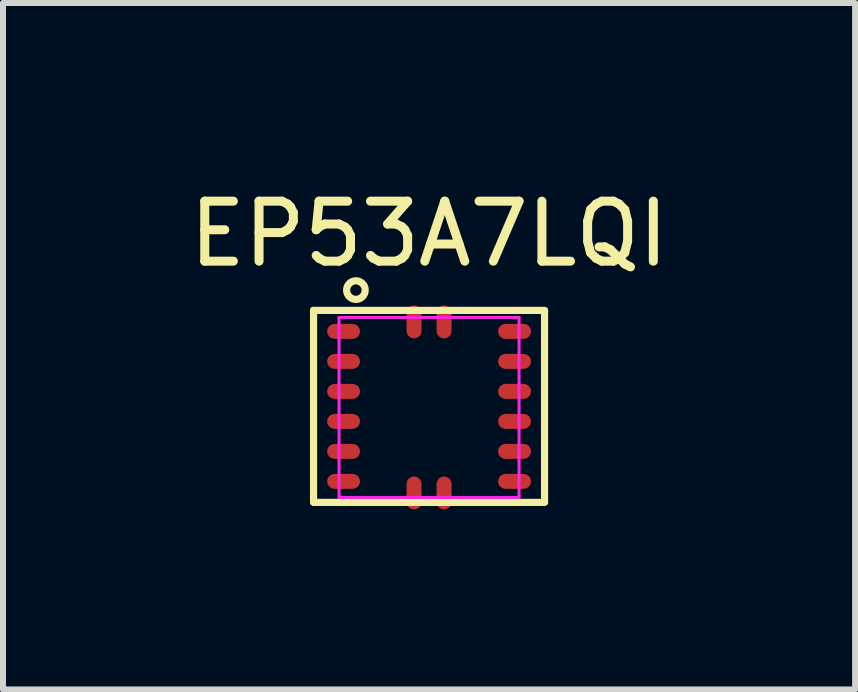
<source format=kicad_pcb>
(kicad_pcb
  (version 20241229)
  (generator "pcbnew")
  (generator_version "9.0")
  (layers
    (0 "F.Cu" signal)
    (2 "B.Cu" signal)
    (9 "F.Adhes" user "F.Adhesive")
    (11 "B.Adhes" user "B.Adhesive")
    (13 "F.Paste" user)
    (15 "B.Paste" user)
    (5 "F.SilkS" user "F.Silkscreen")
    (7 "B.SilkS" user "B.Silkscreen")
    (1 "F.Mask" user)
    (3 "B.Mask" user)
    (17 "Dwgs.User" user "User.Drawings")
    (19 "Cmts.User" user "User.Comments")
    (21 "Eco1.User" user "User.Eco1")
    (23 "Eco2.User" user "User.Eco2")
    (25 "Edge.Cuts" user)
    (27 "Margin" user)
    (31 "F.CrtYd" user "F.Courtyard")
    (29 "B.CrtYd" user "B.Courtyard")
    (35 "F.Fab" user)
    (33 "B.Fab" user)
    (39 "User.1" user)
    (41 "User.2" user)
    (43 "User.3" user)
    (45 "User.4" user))
  (footprint "EP53A7LQI"
    (layer "F.Cu")
    (at 4.101 3.741)
    (property "Reference" "EP53A7LQI" (at 0 -2.893 0) (layer "F.SilkS") (effects (font (size 1 1) (thickness 0.15))))
    (attr smd)
    (fp_line (start -1.925 -1.618) (end 1.925 -1.618) (stroke (width 0.12) (type solid)) (layer "F.SilkS"))
    (fp_line (start -1.925 1.58) (end -1.925 -1.618) (stroke (width 0.12) (type solid)) (layer "F.SilkS"))
    (fp_line (start 1.925 -1.61) (end 1.925 1.575) (stroke (width 0.12) (type solid)) (layer "F.SilkS"))
    (fp_line (start 1.925 1.582) (end -1.92 1.582) (stroke (width 0.12) (type solid)) (layer "F.SilkS"))
    (fp_circle (center -1.219 -1.956) (end -1.064 -1.956) (stroke (width 0.12) (type solid)) (fill no) (layer "F.SilkS"))
    (fp_line (start -1.5 -1.5) (end -1.5 1.5) (stroke (width 0.05) (type solid)) (layer "F.CrtYd"))
    (fp_line (start -1.5 -1.5) (end 1.5 -1.5) (stroke (width 0.05) (type solid)) (layer "F.CrtYd"))
    (fp_line (start 1.5 -1.5) (end 1.5 1.5) (stroke (width 0.05) (type solid)) (layer "F.CrtYd"))
    (fp_line (start 1.5 1.5) (end -1.5 1.5) (stroke (width 0.05) (type solid)) (layer "F.CrtYd"))
    (pad "1" smd roundrect (at -1.425 -1.268 270) (size 0.25 0.55) (layers "F.Cu" "F.Mask" "F.Paste") (roundrect_rratio 0.5))
    (pad "2" smd roundrect (at -1.425 -0.768 270) (size 0.25 0.55) (layers "F.Cu" "F.Mask" "F.Paste") (roundrect_rratio 0.5))
    (pad "3" smd roundrect (at -1.425 -0.268 270) (size 0.25 0.55) (layers "F.Cu" "F.Mask" "F.Paste") (roundrect_rratio 0.5))
    (pad "4" smd roundrect (at -1.425 0.232 270) (size 0.25 0.55) (layers "F.Cu" "F.Mask" "F.Paste") (roundrect_rratio 0.5))
    (pad "5" smd roundrect (at -1.425 0.732 270) (size 0.25 0.55) (layers "F.Cu" "F.Mask" "F.Paste") (roundrect_rratio 0.5))
    (pad "6" smd roundrect (at -1.425 1.232 270) (size 0.25 0.55) (layers "F.Cu" "F.Mask" "F.Paste") (roundrect_rratio 0.5))
    (pad "7" smd roundrect (at -0.25 1.425) (size 0.25 0.55) (layers "F.Cu" "F.Mask" "F.Paste") (roundrect_rratio 0.5))
    (pad "8" smd roundrect (at 0.25 1.425 180) (size 0.25 0.55) (layers "F.Cu" "F.Mask" "F.Paste") (roundrect_rratio 0.5))
    (pad "9" smd roundrect (at 1.425 1.232 270) (size 0.25 0.55) (layers "F.Cu" "F.Mask" "F.Paste") (roundrect_rratio 0.5))
    (pad "10" smd roundrect (at 1.425 0.732 270) (size 0.25 0.55) (layers "F.Cu" "F.Mask" "F.Paste") (roundrect_rratio 0.5))
    (pad "11" smd roundrect (at 1.425 0.232 270) (size 0.25 0.55) (layers "F.Cu" "F.Mask" "F.Paste") (roundrect_rratio 0.5))
    (pad "12" smd roundrect (at 1.425 -0.268 270) (size 0.25 0.55) (layers "F.Cu" "F.Mask" "F.Paste") (roundrect_rratio 0.5))
    (pad "13" smd roundrect (at 1.425 -0.768 270) (size 0.25 0.55) (layers "F.Cu" "F.Mask" "F.Paste") (roundrect_rratio 0.5))
    (pad "14" smd roundrect (at 1.425 -1.268 270) (size 0.25 0.55) (layers "F.Cu" "F.Mask" "F.Paste") (roundrect_rratio 0.5))
    (pad "15" smd roundrect (at 0.25 -1.425) (size 0.25 0.55) (layers "F.Cu" "F.Mask" "F.Paste") (roundrect_rratio 0.5))
    (pad "16" smd roundrect (at -0.25 -1.425) (size 0.25 0.55) (layers "F.Cu" "F.Mask" "F.Paste") (roundrect_rratio 0.5)))
  (gr_rect
    (start -3 -3)
    (end 11.202 8.441)
    (stroke (width 0.1) (type default))
    (fill no)
    (layer "Edge.Cuts")))
</source>
